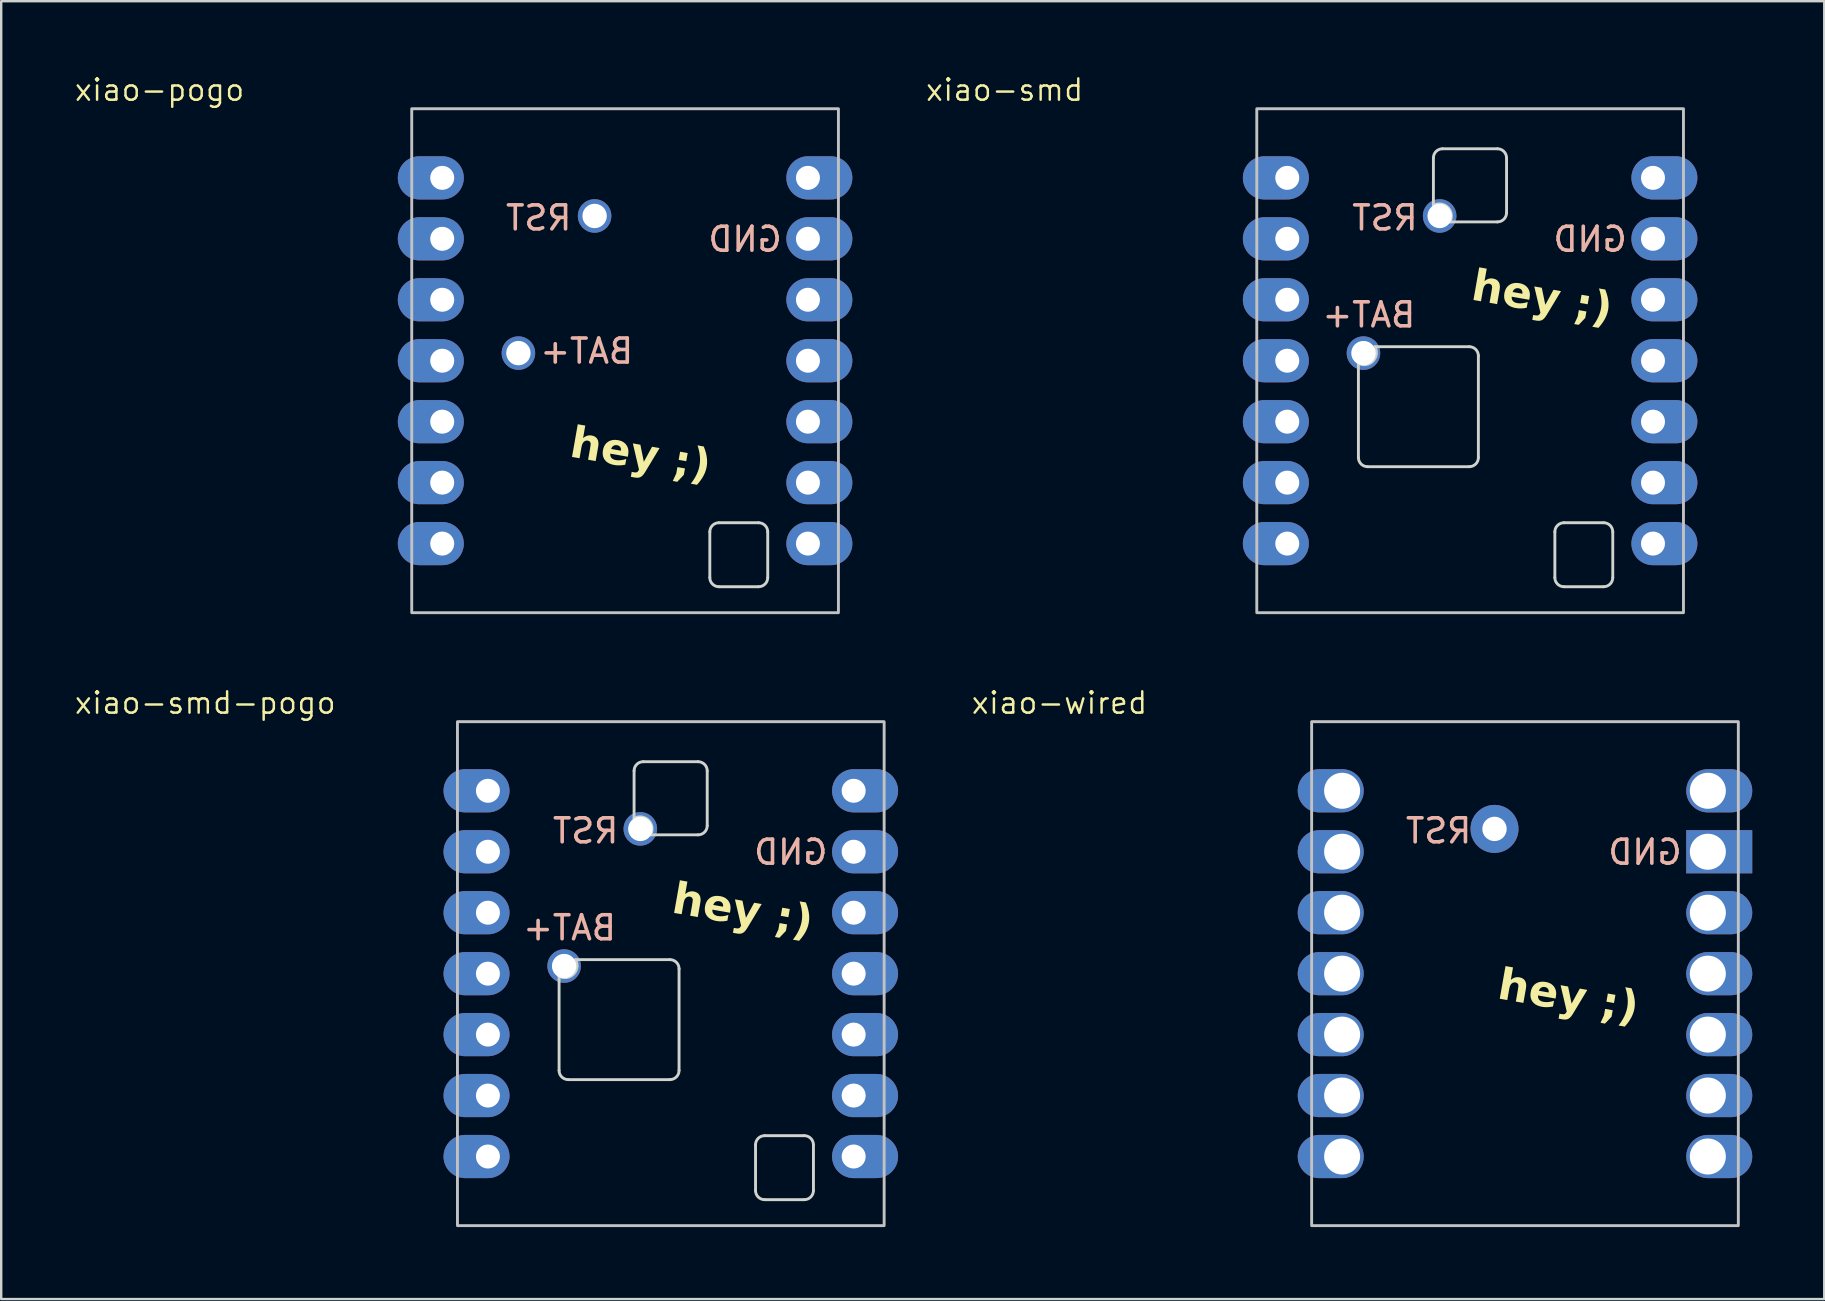
<source format=kicad_pcb>
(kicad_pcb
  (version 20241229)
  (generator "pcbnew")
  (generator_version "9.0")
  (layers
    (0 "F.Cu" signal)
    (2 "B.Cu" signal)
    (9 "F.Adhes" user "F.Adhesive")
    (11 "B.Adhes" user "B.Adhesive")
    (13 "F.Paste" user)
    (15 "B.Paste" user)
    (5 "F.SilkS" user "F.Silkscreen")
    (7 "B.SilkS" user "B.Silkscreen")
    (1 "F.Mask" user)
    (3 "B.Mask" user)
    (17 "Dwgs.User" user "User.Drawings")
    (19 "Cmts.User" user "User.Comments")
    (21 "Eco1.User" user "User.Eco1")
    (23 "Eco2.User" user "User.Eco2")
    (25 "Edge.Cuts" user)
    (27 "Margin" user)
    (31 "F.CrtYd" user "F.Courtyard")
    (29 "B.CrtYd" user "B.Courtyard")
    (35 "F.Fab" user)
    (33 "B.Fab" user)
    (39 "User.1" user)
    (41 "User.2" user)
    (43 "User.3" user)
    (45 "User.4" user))
  (footprint "xiao-pogo"
    (layer "F.Cu")
    (at 22.997 11.981)
    (property "Reference" "xiao-pogo" (at -19.399 -11.283 0) (layer "F.SilkS") (effects (font (size 0.889 0.889) (thickness 0.102))))
    (attr smd exclude_from_pos_files)
    (fp_rect (start -8.89 10.5) (end 8.89 -10.5) (stroke (width 0.12) (type solid)) (fill no) (layer "Dwgs.User"))
    (fp_line (start 3.531 7.132) (end 3.531 9.037) (stroke (width 0.12) (type solid)) (layer "Edge.Cuts"))
    (fp_line (start 3.912 6.751) (end 5.563 6.751) (stroke (width 0.12) (type solid)) (layer "Edge.Cuts"))
    (fp_line (start 3.912 9.418) (end 5.563 9.418) (stroke (width 0.12) (type solid)) (layer "Edge.Cuts"))
    (fp_line (start 5.944 7.132) (end 5.944 9.037) (stroke (width 0.12) (type solid)) (layer "Edge.Cuts"))
    (fp_arc (start 3.530592 7.132409) (mid 3.642181 6.862993) (end 3.911592 6.751409) (stroke (width 0.12) (type solid)) (layer "Edge.Cuts"))
    (fp_arc (start 3.911592 9.418409) (mid 3.642186 9.306814) (end 3.530592 9.037409) (stroke (width 0.12) (type default)) (layer "Edge.Cuts"))
    (fp_arc (start 5.562592 6.751409) (mid 5.832002 6.862999) (end 5.943592 7.132409) (stroke (width 0.12) (type solid)) (layer "Edge.Cuts"))
    (fp_arc (start 5.943592 9.037409) (mid 5.832 9.306817) (end 5.562592 9.418409) (stroke (width 0.12) (type default)) (layer "Edge.Cuts"))
    (fp_text user "hey ;)" (at -2.4 4.2 350) (unlocked yes) (layer "F.SilkS") (effects (font (face "Futura") (size 1.3 1.3) (thickness 0.325) (bold yes)) (justify left bottom)))
    (fp_text user "GND" (at 5 -5.06 0) (unlocked yes) (layer "B.SilkS") (effects (font (size 1 1) (thickness 0.15)) (justify mirror)))
    (fp_text user "RST" (at -3.6 -5.95 0) (unlocked yes) (layer "B.SilkS") (effects (font (size 1 1) (thickness 0.15)) (justify mirror)))
    (fp_text user "BAT+" (at -1.6 -0.4 0) (unlocked yes) (layer "B.SilkS") (effects (font (size 1 1) (thickness 0.15)) (justify mirror)))
    (pad "1" thru_hole oval (at -7.62 -7.62) (size 2.75 1.8) (drill 1 (offset -0.475 0)) (layers "*.Cu" "*.Mask"))
    (pad "2" thru_hole oval (at -7.62 -5.08) (size 2.75 1.8) (drill 1 (offset -0.475 0)) (layers "*.Cu" "*.Mask"))
    (pad "3" thru_hole oval (at -7.62 -2.54) (size 2.75 1.8) (drill 1 (offset -0.475 0)) (layers "*.Cu" "*.Mask"))
    (pad "4" thru_hole oval (at -7.62 0) (size 2.75 1.8) (drill 1 (offset -0.475 0)) (layers "*.Cu" "*.Mask"))
    (pad "5" thru_hole oval (at -7.62 2.54) (size 2.75 1.8) (drill 1 (offset -0.475 0)) (layers "*.Cu" "*.Mask"))
    (pad "6" thru_hole oval (at -7.62 5.08) (size 2.75 1.8) (drill 1 (offset -0.475 0)) (layers "*.Cu" "*.Mask"))
    (pad "7" thru_hole oval (at -7.62 7.62) (size 2.75 1.8) (drill 1 (offset -0.475 0)) (layers "*.Cu" "*.Mask"))
    (pad "8" thru_hole oval (at 7.62 7.62 180) (size 2.75 1.8) (drill 1 (offset -0.475 0)) (layers "*.Cu" "*.Mask"))
    (pad "9" thru_hole oval (at 7.62 5.08 180) (size 2.75 1.8) (drill 1 (offset -0.475 0)) (layers "*.Cu" "*.Mask"))
    (pad "10" thru_hole oval (at 7.62 2.54 180) (size 2.75 1.8) (drill 1 (offset -0.475 0)) (layers "*.Cu" "*.Mask"))
    (pad "11" thru_hole oval (at 7.62 0 180) (size 2.75 1.8) (drill 1 (offset -0.475 0)) (layers "*.Cu" "*.Mask"))
    (pad "12" thru_hole oval (at 7.62 -2.54 180) (size 2.75 1.8) (drill 1 (offset -0.475 0)) (layers "*.Cu" "*.Mask"))
    (pad "13" thru_hole oval (at 7.62 -5.08 180) (size 2.75 1.8) (drill 1 (offset -0.475 0)) (layers "*.Cu" "*.Mask"))
    (pad "14" thru_hole oval (at 7.62 -7.62 180) (size 2.75 1.8) (drill 1 (offset -0.475 0)) (layers "*.Cu" "*.Mask"))
    (pad "18" thru_hole circle (at -1.27 -6.032 90) (size 1.397 1.397) (drill 1.016) (property pad_prop_castellated) (layers "*.Cu" "*.Mask"))
    (pad "19" thru_hole circle (at -4.445 -0.317 180) (size 1.397 1.397) (drill 1.016) (property pad_prop_castellated) (layers "*.Cu" "*.Mask")))
  (footprint "xiao-wired"
    (layer "F.Cu")
    (at 60.496 37.522)
    (property "Reference" "xiao-wired" (at -19.399 -11.283 0) (layer "F.SilkS") (effects (font (size 0.889 0.889) (thickness 0.102))))
    (attr smd exclude_from_pos_files)
    (fp_rect (start -8.89 10.5) (end 8.89 -10.5) (stroke (width 0.12) (type solid)) (fill no) (layer "Dwgs.User"))
    (fp_text user "hey ;)" (at 1.8 1 350) (unlocked yes) (layer "F.SilkS") (effects (font (face "Futura") (size 1.3 1.3) (thickness 0.325) (bold yes))))
    (fp_text user "RST" (at -3.6 -5.95 0) (unlocked yes) (layer "B.SilkS") (effects (font (size 1 1) (thickness 0.15)) (justify mirror)))
    (fp_text user "GND" (at 5 -5.06 0) (unlocked yes) (layer "B.SilkS") (effects (font (size 1 1) (thickness 0.15)) (justify mirror)))
    (pad "1" thru_hole oval (at -7.62 -7.62) (size 2.75 1.8) (drill 1.5 (offset -0.475 0)) (layers "*.Cu" "*.Mask"))
    (pad "2" thru_hole oval (at -7.62 -5.08) (size 2.75 1.8) (drill 1.5 (offset -0.475 0)) (layers "*.Cu" "*.Mask"))
    (pad "3" thru_hole oval (at -7.62 -2.54) (size 2.75 1.8) (drill 1.5 (offset -0.475 0)) (layers "*.Cu" "*.Mask"))
    (pad "4" thru_hole oval (at -7.62 0) (size 2.75 1.8) (drill 1.5 (offset -0.475 0)) (layers "*.Cu" "*.Mask"))
    (pad "5" thru_hole oval (at -7.62 2.54) (size 2.75 1.8) (drill 1.5 (offset -0.475 0)) (layers "*.Cu" "*.Mask"))
    (pad "6" thru_hole oval (at -7.62 5.08) (size 2.75 1.8) (drill 1.5 (offset -0.475 0)) (layers "*.Cu" "*.Mask"))
    (pad "7" thru_hole oval (at -7.62 7.62) (size 2.75 1.8) (drill 1.5 (offset -0.475 0)) (layers "*.Cu" "*.Mask"))
    (pad "8" thru_hole oval (at 7.62 7.62 180) (size 2.75 1.8) (drill 1.5 (offset -0.475 0)) (layers "*.Cu" "*.Mask"))
    (pad "9" thru_hole oval (at 7.62 5.08 180) (size 2.75 1.8) (drill 1.5 (offset -0.475 0)) (layers "*.Cu" "*.Mask"))
    (pad "10" thru_hole oval (at 7.62 2.54 180) (size 2.75 1.8) (drill 1.5 (offset -0.475 0)) (layers "*.Cu" "*.Mask"))
    (pad "11" thru_hole oval (at 7.62 0 180) (size 2.75 1.8) (drill 1.5 (offset -0.475 0)) (layers "*.Cu" "*.Mask"))
    (pad "12" thru_hole oval (at 7.62 -2.54 180) (size 2.75 1.8) (drill 1.5 (offset -0.475 0)) (layers "*.Cu" "*.Mask"))
    (pad "13" thru_hole rect (at 7.62 -5.08 180) (size 2.75 1.8) (drill 1.5 (offset -0.475 0)) (layers "*.Cu" "*.Mask"))
    (pad "14" thru_hole oval (at 7.62 -7.62 180) (size 2.75 1.8) (drill 1.5 (offset -0.475 0)) (layers "*.Cu" "*.Mask"))
    (pad "18" thru_hole circle (at -1.27 -6.032 90) (size 2 2) (drill 1.016) (property pad_prop_castellated) (layers "*.Cu" "*.Mask")))
  (footprint "xiao-smd"
    (layer "F.Cu")
    (at 58.21 11.981)
    (property "Reference" "xiao-smd" (at -19.399 -11.283 0) (layer "F.SilkS") (effects (font (size 0.889 0.889) (thickness 0.102))))
    (attr smd exclude_from_pos_files)
    (fp_rect (start -8.89 10.5) (end 8.89 -10.5) (stroke (width 0.12) (type solid)) (fill no) (layer "Dwgs.User"))
    (fp_line (start -4.655 0.101) (end -4.655 4.035) (stroke (width 0.12) (type solid)) (layer "Edge.Cuts"))
    (fp_line (start -4.274 4.416) (end -0.037 4.416) (stroke (width 0.12) (type solid)) (layer "Edge.Cuts"))
    (fp_line (start -3.97 -0.584) (end -0.037 -0.584) (stroke (width 0.12) (type solid)) (layer "Edge.Cuts"))
    (fp_line (start -1.53 -6.47) (end -1.53 -8.451) (stroke (width 0.12) (type solid)) (layer "Edge.Cuts"))
    (fp_line (start -1.149 -8.832) (end 1.137 -8.832) (stroke (width 0.12) (type solid)) (layer "Edge.Cuts"))
    (fp_line (start -0.844 -5.784) (end 1.137 -5.784) (stroke (width 0.12) (type solid)) (layer "Edge.Cuts"))
    (fp_line (start 0.344 -0.203) (end 0.344 4.035) (stroke (width 0.12) (type solid)) (layer "Edge.Cuts"))
    (fp_line (start 1.518 -6.165) (end 1.518 -8.451) (stroke (width 0.12) (type solid)) (layer "Edge.Cuts"))
    (fp_line (start 3.531 7.132) (end 3.531 9.037) (stroke (width 0.12) (type solid)) (layer "Edge.Cuts"))
    (fp_line (start 3.912 6.751) (end 5.563 6.751) (stroke (width 0.12) (type solid)) (layer "Edge.Cuts"))
    (fp_line (start 3.912 9.418) (end 5.563 9.418) (stroke (width 0.12) (type solid)) (layer "Edge.Cuts"))
    (fp_line (start 5.944 7.132) (end 5.944 9.037) (stroke (width 0.12) (type solid)) (layer "Edge.Cuts"))
    (fp_arc (start -4.274408 4.415592) (mid -4.543816 4.304) (end -4.655408 4.034592) (stroke (width 0.12) (type default)) (layer "Edge.Cuts"))
    (fp_arc (start -3.969608 -0.584408) (mid -4.051799 0.019201) (end -4.655408 0.101392) (stroke (width 0.12) (type solid)) (layer "Edge.Cuts"))
    (fp_arc (start -1.530247 -8.451047) (mid -1.418655 -8.720455) (end -1.149247 -8.832047) (stroke (width 0.12) (type default)) (layer "Edge.Cuts"))
    (fp_arc (start -1.530247 -6.470047) (mid -0.926638 -6.387856) (end -0.844447 -5.784247) (stroke (width 0.12) (type solid)) (layer "Edge.Cuts"))
    (fp_arc (start -0.036608 -0.584408) (mid 0.2328 -0.472816) (end 0.344392 -0.203408) (stroke (width 0.12) (type default)) (layer "Edge.Cuts"))
    (fp_arc (start 0.344392 4.034592) (mid 0.2328 4.304) (end -0.036608 4.415592) (stroke (width 0.12) (type default)) (layer "Edge.Cuts"))
    (fp_arc (start 1.136553 -8.832047) (mid 1.405961 -8.720455) (end 1.517553 -8.451047) (stroke (width 0.12) (type default)) (layer "Edge.Cuts"))
    (fp_arc (start 1.517553 -6.165247) (mid 1.40596 -5.89584) (end 1.136553 -5.784247) (stroke (width 0.12) (type default)) (layer "Edge.Cuts"))
    (fp_arc (start 3.530592 7.132409) (mid 3.642181 6.862993) (end 3.911592 6.751409) (stroke (width 0.12) (type solid)) (layer "Edge.Cuts"))
    (fp_arc (start 3.911592 9.418409) (mid 3.642186 9.306814) (end 3.530592 9.037409) (stroke (width 0.12) (type default)) (layer "Edge.Cuts"))
    (fp_arc (start 5.562592 6.751409) (mid 5.832002 6.862999) (end 5.943592 7.132409) (stroke (width 0.12) (type solid)) (layer "Edge.Cuts"))
    (fp_arc (start 5.943592 9.037409) (mid 5.832 9.306817) (end 5.562592 9.418409) (stroke (width 0.12) (type default)) (layer "Edge.Cuts"))
    (fp_text user "hey ;)" (at -0.05 -2.34 350) (unlocked yes) (layer "F.SilkS") (effects (font (face "Futura") (size 1.3 1.3) (thickness 0.325) (bold yes)) (justify left bottom)))
    (fp_text user "RST" (at -3.55 -5.95 0) (unlocked yes) (layer "B.SilkS") (effects (font (size 1 1) (thickness 0.15)) (justify mirror)))
    (fp_text user "GND" (at 5 -5.06 0) (unlocked yes) (layer "B.SilkS") (effects (font (size 1 1) (thickness 0.15)) (justify mirror)))
    (fp_text user "BAT+" (at -4.22 -1.91 0) (unlocked yes) (layer "B.SilkS") (effects (font (size 1 1) (thickness 0.15)) (justify mirror)))
    (pad "1" thru_hole oval (at -7.62 -7.62) (size 2.75 1.8) (drill 1 (offset -0.475 0)) (layers "*.Cu" "*.Mask"))
    (pad "2" thru_hole oval (at -7.62 -5.08) (size 2.75 1.8) (drill 1 (offset -0.475 0)) (layers "*.Cu" "*.Mask"))
    (pad "3" thru_hole oval (at -7.62 -2.54) (size 2.75 1.8) (drill 1 (offset -0.475 0)) (layers "*.Cu" "*.Mask"))
    (pad "4" thru_hole oval (at -7.62 0) (size 2.75 1.8) (drill 1 (offset -0.475 0)) (layers "*.Cu" "*.Mask"))
    (pad "5" thru_hole oval (at -7.62 2.54) (size 2.75 1.8) (drill 1 (offset -0.475 0)) (layers "*.Cu" "*.Mask"))
    (pad "6" thru_hole oval (at -7.62 5.08) (size 2.75 1.8) (drill 1 (offset -0.475 0)) (layers "*.Cu" "*.Mask"))
    (pad "7" thru_hole oval (at -7.62 7.62) (size 2.75 1.8) (drill 1 (offset -0.475 0)) (layers "*.Cu" "*.Mask"))
    (pad "8" thru_hole oval (at 7.62 7.62 180) (size 2.75 1.8) (drill 1 (offset -0.475 0)) (layers "*.Cu" "*.Mask"))
    (pad "9" thru_hole oval (at 7.62 5.08 180) (size 2.75 1.8) (drill 1 (offset -0.475 0)) (layers "*.Cu" "*.Mask"))
    (pad "10" thru_hole oval (at 7.62 2.54 180) (size 2.75 1.8) (drill 1 (offset -0.475 0)) (layers "*.Cu" "*.Mask"))
    (pad "11" thru_hole oval (at 7.62 0 180) (size 2.75 1.8) (drill 1 (offset -0.475 0)) (layers "*.Cu" "*.Mask"))
    (pad "12" thru_hole oval (at 7.62 -2.54 180) (size 2.75 1.8) (drill 1 (offset -0.475 0)) (layers "*.Cu" "*.Mask"))
    (pad "13" thru_hole oval (at 7.62 -5.08 180) (size 2.75 1.8) (drill 1 (offset -0.475 0)) (layers "*.Cu" "*.Mask"))
    (pad "14" thru_hole oval (at 7.62 -7.62 180) (size 2.75 1.8) (drill 1 (offset -0.475 0)) (layers "*.Cu" "*.Mask"))
    (pad "18" thru_hole circle (at -1.27 -6.032 90) (size 1.397 1.397) (drill 1.016) (property pad_prop_castellated) (layers "*.Cu" "*.Mask"))
    (pad "19" thru_hole circle (at -4.445 -0.317 180) (size 1.397 1.397) (drill 1.016) (property pad_prop_castellated) (layers "*.Cu" "*.Mask")))
  (footprint "xiao-smd-pogo"
    (layer "F.Cu")
    (at 24.902 37.522)
    (property "Reference" "xiao-smd-pogo" (at -19.399 -11.283 0) (layer "F.SilkS") (effects (font (size 0.889 0.889) (thickness 0.102))))
    (attr smd exclude_from_pos_files)
    (fp_rect (start -8.89 10.5) (end 8.89 -10.5) (stroke (width 0.12) (type solid)) (fill no) (layer "Dwgs.User"))
    (fp_line (start -4.655 0.101) (end -4.655 4.035) (stroke (width 0.12) (type solid)) (layer "Edge.Cuts"))
    (fp_line (start -4.274 4.416) (end -0.037 4.416) (stroke (width 0.12) (type solid)) (layer "Edge.Cuts"))
    (fp_line (start -3.97 -0.584) (end -0.037 -0.584) (stroke (width 0.12) (type solid)) (layer "Edge.Cuts"))
    (fp_line (start -1.53 -6.47) (end -1.53 -8.451) (stroke (width 0.12) (type solid)) (layer "Edge.Cuts"))
    (fp_line (start -1.149 -8.832) (end 1.137 -8.832) (stroke (width 0.12) (type solid)) (layer "Edge.Cuts"))
    (fp_line (start -0.844 -5.784) (end 1.137 -5.784) (stroke (width 0.12) (type solid)) (layer "Edge.Cuts"))
    (fp_line (start 0.344 -0.203) (end 0.344 4.035) (stroke (width 0.12) (type solid)) (layer "Edge.Cuts"))
    (fp_line (start 1.518 -6.165) (end 1.518 -8.451) (stroke (width 0.12) (type solid)) (layer "Edge.Cuts"))
    (fp_line (start 3.531 7.132) (end 3.531 9.037) (stroke (width 0.12) (type solid)) (layer "Edge.Cuts"))
    (fp_line (start 3.912 6.751) (end 5.563 6.751) (stroke (width 0.12) (type solid)) (layer "Edge.Cuts"))
    (fp_line (start 3.912 9.418) (end 5.563 9.418) (stroke (width 0.12) (type solid)) (layer "Edge.Cuts"))
    (fp_line (start 5.944 7.132) (end 5.944 9.037) (stroke (width 0.12) (type solid)) (layer "Edge.Cuts"))
    (fp_arc (start -4.274408 4.415592) (mid -4.543816 4.304) (end -4.655408 4.034592) (stroke (width 0.12) (type default)) (layer "Edge.Cuts"))
    (fp_arc (start -3.969608 -0.584408) (mid -4.051799 0.019201) (end -4.655408 0.101392) (stroke (width 0.12) (type solid)) (layer "Edge.Cuts"))
    (fp_arc (start -1.530247 -8.451047) (mid -1.418655 -8.720455) (end -1.149247 -8.832047) (stroke (width 0.12) (type default)) (layer "Edge.Cuts"))
    (fp_arc (start -1.530247 -6.470047) (mid -0.926638 -6.387856) (end -0.844447 -5.784247) (stroke (width 0.12) (type solid)) (layer "Edge.Cuts"))
    (fp_arc (start -0.036608 -0.584408) (mid 0.2328 -0.472816) (end 0.344392 -0.203408) (stroke (width 0.12) (type default)) (layer "Edge.Cuts"))
    (fp_arc (start 0.344392 4.034592) (mid 0.2328 4.304) (end -0.036608 4.415592) (stroke (width 0.12) (type default)) (layer "Edge.Cuts"))
    (fp_arc (start 1.136553 -8.832047) (mid 1.405961 -8.720455) (end 1.517553 -8.451047) (stroke (width 0.12) (type default)) (layer "Edge.Cuts"))
    (fp_arc (start 1.517553 -6.165247) (mid 1.40596 -5.89584) (end 1.136553 -5.784247) (stroke (width 0.12) (type default)) (layer "Edge.Cuts"))
    (fp_arc (start 3.530592 7.132409) (mid 3.642181 6.862993) (end 3.911592 6.751409) (stroke (width 0.12) (type solid)) (layer "Edge.Cuts"))
    (fp_arc (start 3.911592 9.418409) (mid 3.642186 9.306814) (end 3.530592 9.037409) (stroke (width 0.12) (type default)) (layer "Edge.Cuts"))
    (fp_arc (start 5.562592 6.751409) (mid 5.832002 6.862999) (end 5.943592 7.132409) (stroke (width 0.12) (type solid)) (layer "Edge.Cuts"))
    (fp_arc (start 5.943592 9.037409) (mid 5.832 9.306817) (end 5.562592 9.418409) (stroke (width 0.12) (type default)) (layer "Edge.Cuts"))
    (fp_text user "hey ;)" (at -0.05 -2.34 350) (unlocked yes) (layer "F.SilkS") (effects (font (face "Futura") (size 1.3 1.3) (thickness 0.325) (bold yes)) (justify left bottom)))
    (fp_text user "GND" (at 5 -5.06 0) (unlocked yes) (layer "B.SilkS") (effects (font (size 1 1) (thickness 0.15)) (justify mirror)))
    (fp_text user "RST" (at -3.55 -5.95 0) (unlocked yes) (layer "B.SilkS") (effects (font (size 1 1) (thickness 0.15)) (justify mirror)))
    (fp_text user "BAT+" (at -4.22 -1.91 0) (unlocked yes) (layer "B.SilkS") (effects (font (size 1 1) (thickness 0.15)) (justify mirror)))
    (pad "1" thru_hole oval (at -7.62 -7.62) (size 2.75 1.8) (drill 1 (offset -0.475 0)) (layers "*.Cu" "*.Mask"))
    (pad "2" thru_hole oval (at -7.62 -5.08) (size 2.75 1.8) (drill 1 (offset -0.475 0)) (layers "*.Cu" "*.Mask"))
    (pad "3" thru_hole oval (at -7.62 -2.54) (size 2.75 1.8) (drill 1 (offset -0.475 0)) (layers "*.Cu" "*.Mask"))
    (pad "4" thru_hole oval (at -7.62 0) (size 2.75 1.8) (drill 1 (offset -0.475 0)) (layers "*.Cu" "*.Mask"))
    (pad "5" thru_hole oval (at -7.62 2.54) (size 2.75 1.8) (drill 1 (offset -0.475 0)) (layers "*.Cu" "*.Mask"))
    (pad "6" thru_hole oval (at -7.62 5.08) (size 2.75 1.8) (drill 1 (offset -0.475 0)) (layers "*.Cu" "*.Mask"))
    (pad "7" thru_hole oval (at -7.62 7.62) (size 2.75 1.8) (drill 1 (offset -0.475 0)) (layers "*.Cu" "*.Mask"))
    (pad "8" thru_hole oval (at 7.62 7.62 180) (size 2.75 1.8) (drill 1 (offset -0.475 0)) (layers "*.Cu" "*.Mask"))
    (pad "9" thru_hole oval (at 7.62 5.08 180) (size 2.75 1.8) (drill 1 (offset -0.475 0)) (layers "*.Cu" "*.Mask"))
    (pad "10" thru_hole oval (at 7.62 2.54 180) (size 2.75 1.8) (drill 1 (offset -0.475 0)) (layers "*.Cu" "*.Mask"))
    (pad "11" thru_hole oval (at 7.62 0 180) (size 2.75 1.8) (drill 1 (offset -0.475 0)) (layers "*.Cu" "*.Mask"))
    (pad "12" thru_hole oval (at 7.62 -2.54 180) (size 2.75 1.8) (drill 1 (offset -0.475 0)) (layers "*.Cu" "*.Mask"))
    (pad "13" thru_hole oval (at 7.62 -5.08 180) (size 2.75 1.8) (drill 1 (offset -0.475 0)) (layers "*.Cu" "*.Mask"))
    (pad "14" thru_hole oval (at 7.62 -7.62 180) (size 2.75 1.8) (drill 1 (offset -0.475 0)) (layers "*.Cu" "*.Mask"))
    (pad "17" thru_hole circle (at -1.27 -6.032 90) (size 1.397 1.397) (drill 1.016) (property pad_prop_castellated) (layers "*.Cu" "*.Mask"))
    (pad "19" thru_hole circle (at -4.445 -0.317 180) (size 1.397 1.397) (drill 1.016) (property pad_prop_castellated) (layers "*.Cu" "*.Mask")))
  (gr_rect
    (start -3 -3)
    (end 72.966 51.082)
    (stroke (width 0.1) (type default))
    (fill no)
    (layer "Edge.Cuts")))
</source>
